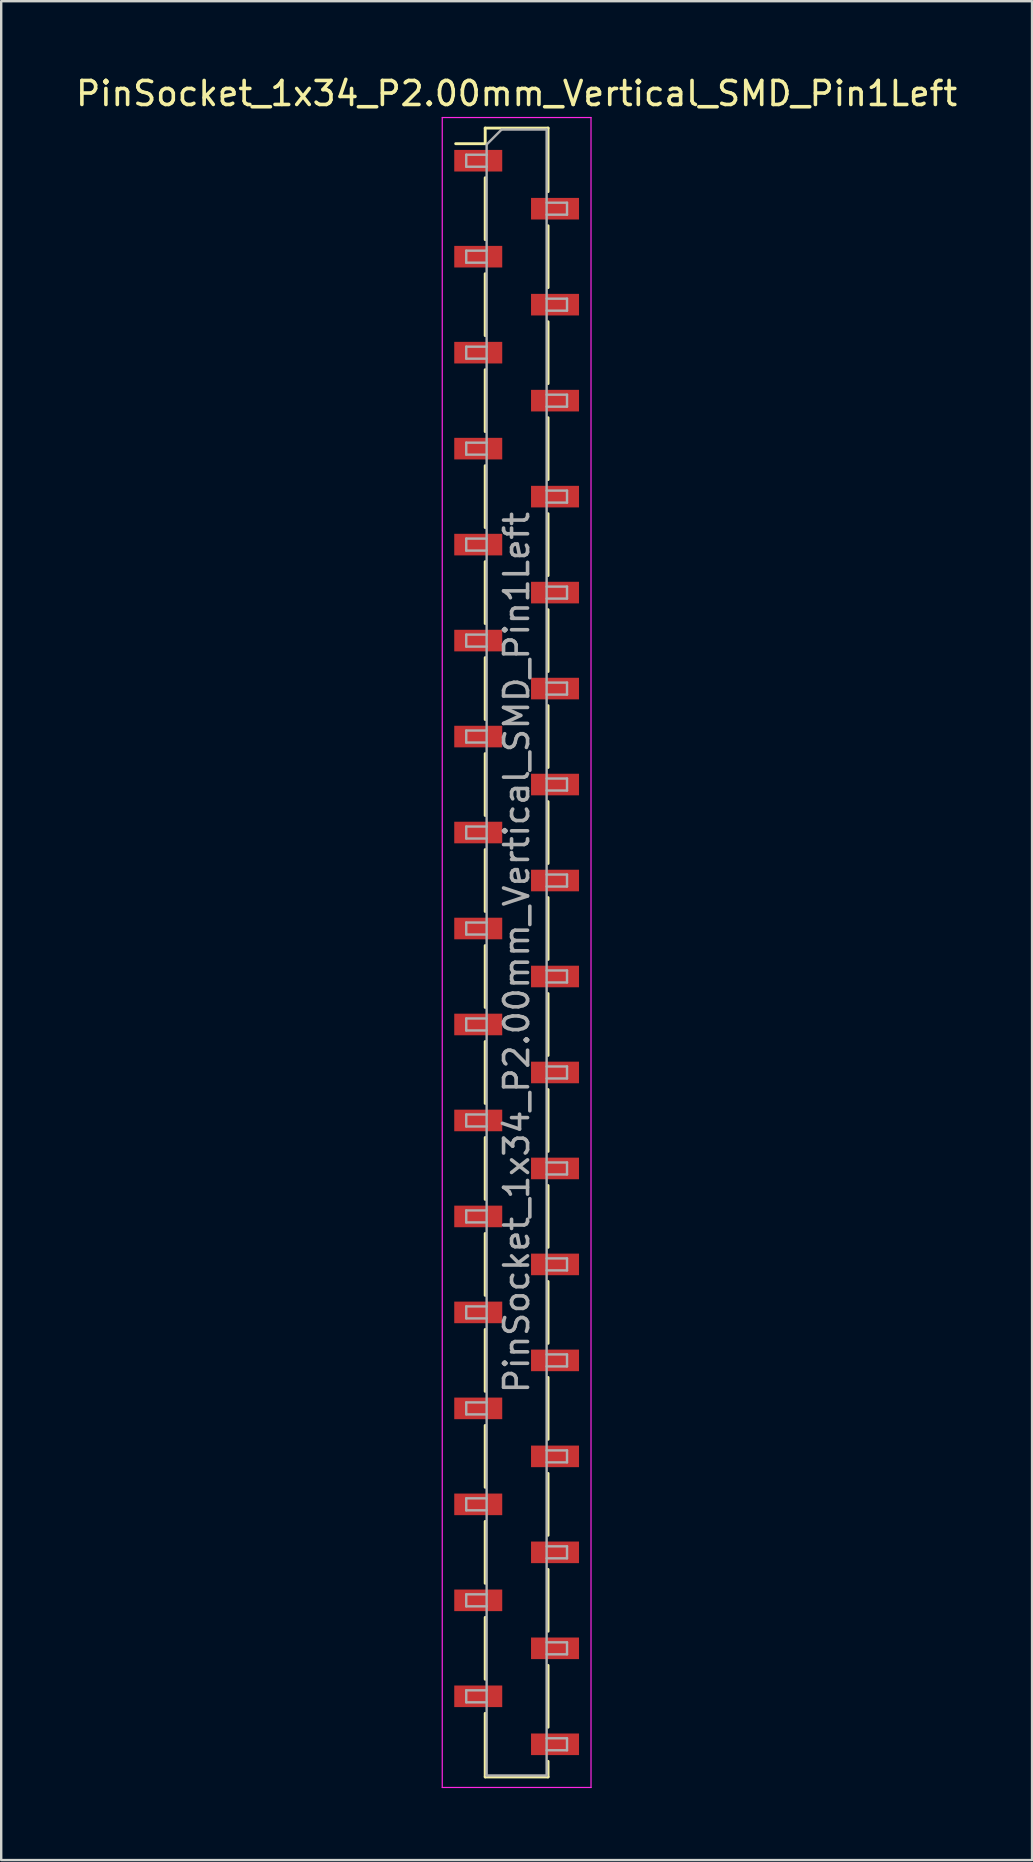
<source format=kicad_pcb>
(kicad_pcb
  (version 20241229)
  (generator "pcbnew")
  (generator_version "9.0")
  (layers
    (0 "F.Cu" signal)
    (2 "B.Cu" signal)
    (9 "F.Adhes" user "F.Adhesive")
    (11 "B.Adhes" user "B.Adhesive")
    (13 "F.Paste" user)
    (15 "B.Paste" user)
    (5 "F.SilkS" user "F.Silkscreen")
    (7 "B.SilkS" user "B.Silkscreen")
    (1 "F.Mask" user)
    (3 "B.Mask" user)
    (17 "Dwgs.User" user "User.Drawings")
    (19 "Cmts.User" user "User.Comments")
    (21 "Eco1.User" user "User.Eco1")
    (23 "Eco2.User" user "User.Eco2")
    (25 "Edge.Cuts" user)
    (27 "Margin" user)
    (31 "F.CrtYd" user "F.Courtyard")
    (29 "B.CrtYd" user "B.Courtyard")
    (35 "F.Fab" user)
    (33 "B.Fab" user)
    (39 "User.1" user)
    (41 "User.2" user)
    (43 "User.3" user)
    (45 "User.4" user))
  (footprint "PinSocket_1x34_P2.00mm_Vertical_SMD_Pin1Left"
    (layer "F.Cu")
    (at 18.482 36.648)
    (property "Reference" "PinSocket_1x34_P2.00mm_Vertical_SMD_Pin1Left" (at 0 -35.8 0) (layer "F.SilkS") (effects (font (size 1 1) (thickness 0.15))))
    (attr smd)
    (fp_line (start -2.54 -33.71) (end -1.31 -33.71) (stroke (width 0.12) (type solid)) (layer "F.SilkS"))
    (fp_line (start -1.31 -34.36) (end -1.31 -33.71) (stroke (width 0.12) (type solid)) (layer "F.SilkS"))
    (fp_line (start -1.31 -34.36) (end 1.31 -34.36) (stroke (width 0.12) (type solid)) (layer "F.SilkS"))
    (fp_line (start -1.31 -32.29) (end -1.31 -29.71) (stroke (width 0.12) (type solid)) (layer "F.SilkS"))
    (fp_line (start -1.31 -28.29) (end -1.31 -25.71) (stroke (width 0.12) (type solid)) (layer "F.SilkS"))
    (fp_line (start -1.31 -24.29) (end -1.31 -21.71) (stroke (width 0.12) (type solid)) (layer "F.SilkS"))
    (fp_line (start -1.31 -20.29) (end -1.31 -17.71) (stroke (width 0.12) (type solid)) (layer "F.SilkS"))
    (fp_line (start -1.31 -16.29) (end -1.31 -13.71) (stroke (width 0.12) (type solid)) (layer "F.SilkS"))
    (fp_line (start -1.31 -12.29) (end -1.31 -9.71) (stroke (width 0.12) (type solid)) (layer "F.SilkS"))
    (fp_line (start -1.31 -8.29) (end -1.31 -5.71) (stroke (width 0.12) (type solid)) (layer "F.SilkS"))
    (fp_line (start -1.31 -4.29) (end -1.31 -1.71) (stroke (width 0.12) (type solid)) (layer "F.SilkS"))
    (fp_line (start -1.31 -0.29) (end -1.31 2.29) (stroke (width 0.12) (type solid)) (layer "F.SilkS"))
    (fp_line (start -1.31 3.71) (end -1.31 6.29) (stroke (width 0.12) (type solid)) (layer "F.SilkS"))
    (fp_line (start -1.31 7.71) (end -1.31 10.29) (stroke (width 0.12) (type solid)) (layer "F.SilkS"))
    (fp_line (start -1.31 11.71) (end -1.31 14.29) (stroke (width 0.12) (type solid)) (layer "F.SilkS"))
    (fp_line (start -1.31 15.71) (end -1.31 18.29) (stroke (width 0.12) (type solid)) (layer "F.SilkS"))
    (fp_line (start -1.31 19.71) (end -1.31 22.29) (stroke (width 0.12) (type solid)) (layer "F.SilkS"))
    (fp_line (start -1.31 23.71) (end -1.31 26.29) (stroke (width 0.12) (type solid)) (layer "F.SilkS"))
    (fp_line (start -1.31 27.71) (end -1.31 30.29) (stroke (width 0.12) (type solid)) (layer "F.SilkS"))
    (fp_line (start -1.31 31.71) (end -1.31 34.36) (stroke (width 0.12) (type solid)) (layer "F.SilkS"))
    (fp_line (start -1.31 34.36) (end 1.31 34.36) (stroke (width 0.12) (type solid)) (layer "F.SilkS"))
    (fp_line (start 1.31 -34.36) (end 1.31 -31.71) (stroke (width 0.12) (type solid)) (layer "F.SilkS"))
    (fp_line (start 1.31 -30.29) (end 1.31 -27.71) (stroke (width 0.12) (type solid)) (layer "F.SilkS"))
    (fp_line (start 1.31 -26.29) (end 1.31 -23.71) (stroke (width 0.12) (type solid)) (layer "F.SilkS"))
    (fp_line (start 1.31 -22.29) (end 1.31 -19.71) (stroke (width 0.12) (type solid)) (layer "F.SilkS"))
    (fp_line (start 1.31 -18.29) (end 1.31 -15.71) (stroke (width 0.12) (type solid)) (layer "F.SilkS"))
    (fp_line (start 1.31 -14.29) (end 1.31 -11.71) (stroke (width 0.12) (type solid)) (layer "F.SilkS"))
    (fp_line (start 1.31 -10.29) (end 1.31 -7.71) (stroke (width 0.12) (type solid)) (layer "F.SilkS"))
    (fp_line (start 1.31 -6.29) (end 1.31 -3.71) (stroke (width 0.12) (type solid)) (layer "F.SilkS"))
    (fp_line (start 1.31 -2.29) (end 1.31 0.29) (stroke (width 0.12) (type solid)) (layer "F.SilkS"))
    (fp_line (start 1.31 1.71) (end 1.31 4.29) (stroke (width 0.12) (type solid)) (layer "F.SilkS"))
    (fp_line (start 1.31 5.71) (end 1.31 8.29) (stroke (width 0.12) (type solid)) (layer "F.SilkS"))
    (fp_line (start 1.31 9.71) (end 1.31 12.29) (stroke (width 0.12) (type solid)) (layer "F.SilkS"))
    (fp_line (start 1.31 13.71) (end 1.31 16.29) (stroke (width 0.12) (type solid)) (layer "F.SilkS"))
    (fp_line (start 1.31 17.71) (end 1.31 20.29) (stroke (width 0.12) (type solid)) (layer "F.SilkS"))
    (fp_line (start 1.31 21.71) (end 1.31 24.29) (stroke (width 0.12) (type solid)) (layer "F.SilkS"))
    (fp_line (start 1.31 25.71) (end 1.31 28.29) (stroke (width 0.12) (type solid)) (layer "F.SilkS"))
    (fp_line (start 1.31 29.71) (end 1.31 32.29) (stroke (width 0.12) (type solid)) (layer "F.SilkS"))
    (fp_line (start 1.31 33.71) (end 1.31 34.36) (stroke (width 0.12) (type solid)) (layer "F.SilkS"))
    (fp_line (start -3.1 -34.8) (end 3.1 -34.8) (stroke (width 0.05) (type solid)) (layer "F.CrtYd"))
    (fp_line (start -3.1 34.8) (end -3.1 -34.8) (stroke (width 0.05) (type solid)) (layer "F.CrtYd"))
    (fp_line (start 3.1 -34.8) (end 3.1 34.8) (stroke (width 0.05) (type solid)) (layer "F.CrtYd"))
    (fp_line (start 3.1 34.8) (end -3.1 34.8) (stroke (width 0.05) (type solid)) (layer "F.CrtYd"))
    (fp_line (start -2.1 -33.25) (end -1.25 -33.25) (stroke (width 0.1) (type solid)) (layer "F.Fab"))
    (fp_line (start -2.1 -32.75) (end -2.1 -33.25) (stroke (width 0.1) (type solid)) (layer "F.Fab"))
    (fp_line (start -2.1 -29.25) (end -1.25 -29.25) (stroke (width 0.1) (type solid)) (layer "F.Fab"))
    (fp_line (start -2.1 -28.75) (end -2.1 -29.25) (stroke (width 0.1) (type solid)) (layer "F.Fab"))
    (fp_line (start -2.1 -25.25) (end -1.25 -25.25) (stroke (width 0.1) (type solid)) (layer "F.Fab"))
    (fp_line (start -2.1 -24.75) (end -2.1 -25.25) (stroke (width 0.1) (type solid)) (layer "F.Fab"))
    (fp_line (start -2.1 -21.25) (end -1.25 -21.25) (stroke (width 0.1) (type solid)) (layer "F.Fab"))
    (fp_line (start -2.1 -20.75) (end -2.1 -21.25) (stroke (width 0.1) (type solid)) (layer "F.Fab"))
    (fp_line (start -2.1 -17.25) (end -1.25 -17.25) (stroke (width 0.1) (type solid)) (layer "F.Fab"))
    (fp_line (start -2.1 -16.75) (end -2.1 -17.25) (stroke (width 0.1) (type solid)) (layer "F.Fab"))
    (fp_line (start -2.1 -13.25) (end -1.25 -13.25) (stroke (width 0.1) (type solid)) (layer "F.Fab"))
    (fp_line (start -2.1 -12.75) (end -2.1 -13.25) (stroke (width 0.1) (type solid)) (layer "F.Fab"))
    (fp_line (start -2.1 -9.25) (end -1.25 -9.25) (stroke (width 0.1) (type solid)) (layer "F.Fab"))
    (fp_line (start -2.1 -8.75) (end -2.1 -9.25) (stroke (width 0.1) (type solid)) (layer "F.Fab"))
    (fp_line (start -2.1 -5.25) (end -1.25 -5.25) (stroke (width 0.1) (type solid)) (layer "F.Fab"))
    (fp_line (start -2.1 -4.75) (end -2.1 -5.25) (stroke (width 0.1) (type solid)) (layer "F.Fab"))
    (fp_line (start -2.1 -1.25) (end -1.25 -1.25) (stroke (width 0.1) (type solid)) (layer "F.Fab"))
    (fp_line (start -2.1 -0.75) (end -2.1 -1.25) (stroke (width 0.1) (type solid)) (layer "F.Fab"))
    (fp_line (start -2.1 2.75) (end -1.25 2.75) (stroke (width 0.1) (type solid)) (layer "F.Fab"))
    (fp_line (start -2.1 3.25) (end -2.1 2.75) (stroke (width 0.1) (type solid)) (layer "F.Fab"))
    (fp_line (start -2.1 6.75) (end -1.25 6.75) (stroke (width 0.1) (type solid)) (layer "F.Fab"))
    (fp_line (start -2.1 7.25) (end -2.1 6.75) (stroke (width 0.1) (type solid)) (layer "F.Fab"))
    (fp_line (start -2.1 10.75) (end -1.25 10.75) (stroke (width 0.1) (type solid)) (layer "F.Fab"))
    (fp_line (start -2.1 11.25) (end -2.1 10.75) (stroke (width 0.1) (type solid)) (layer "F.Fab"))
    (fp_line (start -2.1 14.75) (end -1.25 14.75) (stroke (width 0.1) (type solid)) (layer "F.Fab"))
    (fp_line (start -2.1 15.25) (end -2.1 14.75) (stroke (width 0.1) (type solid)) (layer "F.Fab"))
    (fp_line (start -2.1 18.75) (end -1.25 18.75) (stroke (width 0.1) (type solid)) (layer "F.Fab"))
    (fp_line (start -2.1 19.25) (end -2.1 18.75) (stroke (width 0.1) (type solid)) (layer "F.Fab"))
    (fp_line (start -2.1 22.75) (end -1.25 22.75) (stroke (width 0.1) (type solid)) (layer "F.Fab"))
    (fp_line (start -2.1 23.25) (end -2.1 22.75) (stroke (width 0.1) (type solid)) (layer "F.Fab"))
    (fp_line (start -2.1 26.75) (end -1.25 26.75) (stroke (width 0.1) (type solid)) (layer "F.Fab"))
    (fp_line (start -2.1 27.25) (end -2.1 26.75) (stroke (width 0.1) (type solid)) (layer "F.Fab"))
    (fp_line (start -2.1 30.75) (end -1.25 30.75) (stroke (width 0.1) (type solid)) (layer "F.Fab"))
    (fp_line (start -2.1 31.25) (end -2.1 30.75) (stroke (width 0.1) (type solid)) (layer "F.Fab"))
    (fp_line (start -1.25 -33.675) (end -0.625 -34.3) (stroke (width 0.1) (type solid)) (layer "F.Fab"))
    (fp_line (start -1.25 -32.75) (end -2.1 -32.75) (stroke (width 0.1) (type solid)) (layer "F.Fab"))
    (fp_line (start -1.25 -28.75) (end -2.1 -28.75) (stroke (width 0.1) (type solid)) (layer "F.Fab"))
    (fp_line (start -1.25 -24.75) (end -2.1 -24.75) (stroke (width 0.1) (type solid)) (layer "F.Fab"))
    (fp_line (start -1.25 -20.75) (end -2.1 -20.75) (stroke (width 0.1) (type solid)) (layer "F.Fab"))
    (fp_line (start -1.25 -16.75) (end -2.1 -16.75) (stroke (width 0.1) (type solid)) (layer "F.Fab"))
    (fp_line (start -1.25 -12.75) (end -2.1 -12.75) (stroke (width 0.1) (type solid)) (layer "F.Fab"))
    (fp_line (start -1.25 -8.75) (end -2.1 -8.75) (stroke (width 0.1) (type solid)) (layer "F.Fab"))
    (fp_line (start -1.25 -4.75) (end -2.1 -4.75) (stroke (width 0.1) (type solid)) (layer "F.Fab"))
    (fp_line (start -1.25 -0.75) (end -2.1 -0.75) (stroke (width 0.1) (type solid)) (layer "F.Fab"))
    (fp_line (start -1.25 3.25) (end -2.1 3.25) (stroke (width 0.1) (type solid)) (layer "F.Fab"))
    (fp_line (start -1.25 7.25) (end -2.1 7.25) (stroke (width 0.1) (type solid)) (layer "F.Fab"))
    (fp_line (start -1.25 11.25) (end -2.1 11.25) (stroke (width 0.1) (type solid)) (layer "F.Fab"))
    (fp_line (start -1.25 15.25) (end -2.1 15.25) (stroke (width 0.1) (type solid)) (layer "F.Fab"))
    (fp_line (start -1.25 19.25) (end -2.1 19.25) (stroke (width 0.1) (type solid)) (layer "F.Fab"))
    (fp_line (start -1.25 23.25) (end -2.1 23.25) (stroke (width 0.1) (type solid)) (layer "F.Fab"))
    (fp_line (start -1.25 27.25) (end -2.1 27.25) (stroke (width 0.1) (type solid)) (layer "F.Fab"))
    (fp_line (start -1.25 31.25) (end -2.1 31.25) (stroke (width 0.1) (type solid)) (layer "F.Fab"))
    (fp_line (start -1.25 34.3) (end -1.25 -33.675) (stroke (width 0.1) (type solid)) (layer "F.Fab"))
    (fp_line (start -0.625 -34.3) (end 1.25 -34.3) (stroke (width 0.1) (type solid)) (layer "F.Fab"))
    (fp_line (start 1.25 -34.3) (end 1.25 34.3) (stroke (width 0.1) (type solid)) (layer "F.Fab"))
    (fp_line (start 1.25 -31.25) (end 2.1 -31.25) (stroke (width 0.1) (type solid)) (layer "F.Fab"))
    (fp_line (start 1.25 -27.25) (end 2.1 -27.25) (stroke (width 0.1) (type solid)) (layer "F.Fab"))
    (fp_line (start 1.25 -23.25) (end 2.1 -23.25) (stroke (width 0.1) (type solid)) (layer "F.Fab"))
    (fp_line (start 1.25 -19.25) (end 2.1 -19.25) (stroke (width 0.1) (type solid)) (layer "F.Fab"))
    (fp_line (start 1.25 -15.25) (end 2.1 -15.25) (stroke (width 0.1) (type solid)) (layer "F.Fab"))
    (fp_line (start 1.25 -11.25) (end 2.1 -11.25) (stroke (width 0.1) (type solid)) (layer "F.Fab"))
    (fp_line (start 1.25 -7.25) (end 2.1 -7.25) (stroke (width 0.1) (type solid)) (layer "F.Fab"))
    (fp_line (start 1.25 -3.25) (end 2.1 -3.25) (stroke (width 0.1) (type solid)) (layer "F.Fab"))
    (fp_line (start 1.25 0.75) (end 2.1 0.75) (stroke (width 0.1) (type solid)) (layer "F.Fab"))
    (fp_line (start 1.25 4.75) (end 2.1 4.75) (stroke (width 0.1) (type solid)) (layer "F.Fab"))
    (fp_line (start 1.25 8.75) (end 2.1 8.75) (stroke (width 0.1) (type solid)) (layer "F.Fab"))
    (fp_line (start 1.25 12.75) (end 2.1 12.75) (stroke (width 0.1) (type solid)) (layer "F.Fab"))
    (fp_line (start 1.25 16.75) (end 2.1 16.75) (stroke (width 0.1) (type solid)) (layer "F.Fab"))
    (fp_line (start 1.25 20.75) (end 2.1 20.75) (stroke (width 0.1) (type solid)) (layer "F.Fab"))
    (fp_line (start 1.25 24.75) (end 2.1 24.75) (stroke (width 0.1) (type solid)) (layer "F.Fab"))
    (fp_line (start 1.25 28.75) (end 2.1 28.75) (stroke (width 0.1) (type solid)) (layer "F.Fab"))
    (fp_line (start 1.25 32.75) (end 2.1 32.75) (stroke (width 0.1) (type solid)) (layer "F.Fab"))
    (fp_line (start 1.25 34.3) (end -1.25 34.3) (stroke (width 0.1) (type solid)) (layer "F.Fab"))
    (fp_line (start 2.1 -31.25) (end 2.1 -30.75) (stroke (width 0.1) (type solid)) (layer "F.Fab"))
    (fp_line (start 2.1 -30.75) (end 1.25 -30.75) (stroke (width 0.1) (type solid)) (layer "F.Fab"))
    (fp_line (start 2.1 -27.25) (end 2.1 -26.75) (stroke (width 0.1) (type solid)) (layer "F.Fab"))
    (fp_line (start 2.1 -26.75) (end 1.25 -26.75) (stroke (width 0.1) (type solid)) (layer "F.Fab"))
    (fp_line (start 2.1 -23.25) (end 2.1 -22.75) (stroke (width 0.1) (type solid)) (layer "F.Fab"))
    (fp_line (start 2.1 -22.75) (end 1.25 -22.75) (stroke (width 0.1) (type solid)) (layer "F.Fab"))
    (fp_line (start 2.1 -19.25) (end 2.1 -18.75) (stroke (width 0.1) (type solid)) (layer "F.Fab"))
    (fp_line (start 2.1 -18.75) (end 1.25 -18.75) (stroke (width 0.1) (type solid)) (layer "F.Fab"))
    (fp_line (start 2.1 -15.25) (end 2.1 -14.75) (stroke (width 0.1) (type solid)) (layer "F.Fab"))
    (fp_line (start 2.1 -14.75) (end 1.25 -14.75) (stroke (width 0.1) (type solid)) (layer "F.Fab"))
    (fp_line (start 2.1 -11.25) (end 2.1 -10.75) (stroke (width 0.1) (type solid)) (layer "F.Fab"))
    (fp_line (start 2.1 -10.75) (end 1.25 -10.75) (stroke (width 0.1) (type solid)) (layer "F.Fab"))
    (fp_line (start 2.1 -7.25) (end 2.1 -6.75) (stroke (width 0.1) (type solid)) (layer "F.Fab"))
    (fp_line (start 2.1 -6.75) (end 1.25 -6.75) (stroke (width 0.1) (type solid)) (layer "F.Fab"))
    (fp_line (start 2.1 -3.25) (end 2.1 -2.75) (stroke (width 0.1) (type solid)) (layer "F.Fab"))
    (fp_line (start 2.1 -2.75) (end 1.25 -2.75) (stroke (width 0.1) (type solid)) (layer "F.Fab"))
    (fp_line (start 2.1 0.75) (end 2.1 1.25) (stroke (width 0.1) (type solid)) (layer "F.Fab"))
    (fp_line (start 2.1 1.25) (end 1.25 1.25) (stroke (width 0.1) (type solid)) (layer "F.Fab"))
    (fp_line (start 2.1 4.75) (end 2.1 5.25) (stroke (width 0.1) (type solid)) (layer "F.Fab"))
    (fp_line (start 2.1 5.25) (end 1.25 5.25) (stroke (width 0.1) (type solid)) (layer "F.Fab"))
    (fp_line (start 2.1 8.75) (end 2.1 9.25) (stroke (width 0.1) (type solid)) (layer "F.Fab"))
    (fp_line (start 2.1 9.25) (end 1.25 9.25) (stroke (width 0.1) (type solid)) (layer "F.Fab"))
    (fp_line (start 2.1 12.75) (end 2.1 13.25) (stroke (width 0.1) (type solid)) (layer "F.Fab"))
    (fp_line (start 2.1 13.25) (end 1.25 13.25) (stroke (width 0.1) (type solid)) (layer "F.Fab"))
    (fp_line (start 2.1 16.75) (end 2.1 17.25) (stroke (width 0.1) (type solid)) (layer "F.Fab"))
    (fp_line (start 2.1 17.25) (end 1.25 17.25) (stroke (width 0.1) (type solid)) (layer "F.Fab"))
    (fp_line (start 2.1 20.75) (end 2.1 21.25) (stroke (width 0.1) (type solid)) (layer "F.Fab"))
    (fp_line (start 2.1 21.25) (end 1.25 21.25) (stroke (width 0.1) (type solid)) (layer "F.Fab"))
    (fp_line (start 2.1 24.75) (end 2.1 25.25) (stroke (width 0.1) (type solid)) (layer "F.Fab"))
    (fp_line (start 2.1 25.25) (end 1.25 25.25) (stroke (width 0.1) (type solid)) (layer "F.Fab"))
    (fp_line (start 2.1 28.75) (end 2.1 29.25) (stroke (width 0.1) (type solid)) (layer "F.Fab"))
    (fp_line (start 2.1 29.25) (end 1.25 29.25) (stroke (width 0.1) (type solid)) (layer "F.Fab"))
    (fp_line (start 2.1 32.75) (end 2.1 33.25) (stroke (width 0.1) (type solid)) (layer "F.Fab"))
    (fp_line (start 2.1 33.25) (end 1.25 33.25) (stroke (width 0.1) (type solid)) (layer "F.Fab"))
    (fp_text user "${REFERENCE}" (at 0 0 90) (layer "F.Fab") (effects (font (size 1 1) (thickness 0.15))))
    (pad "1" smd rect (at -1.6 -33) (size 2 0.9) (layers "F.Cu" "F.Mask" "F.Paste"))
    (pad "2" smd rect (at 1.6 -31) (size 2 0.9) (layers "F.Cu" "F.Mask" "F.Paste"))
    (pad "3" smd rect (at -1.6 -29) (size 2 0.9) (layers "F.Cu" "F.Mask" "F.Paste"))
    (pad "4" smd rect (at 1.6 -27) (size 2 0.9) (layers "F.Cu" "F.Mask" "F.Paste"))
    (pad "5" smd rect (at -1.6 -25) (size 2 0.9) (layers "F.Cu" "F.Mask" "F.Paste"))
    (pad "6" smd rect (at 1.6 -23) (size 2 0.9) (layers "F.Cu" "F.Mask" "F.Paste"))
    (pad "7" smd rect (at -1.6 -21) (size 2 0.9) (layers "F.Cu" "F.Mask" "F.Paste"))
    (pad "8" smd rect (at 1.6 -19) (size 2 0.9) (layers "F.Cu" "F.Mask" "F.Paste"))
    (pad "9" smd rect (at -1.6 -17) (size 2 0.9) (layers "F.Cu" "F.Mask" "F.Paste"))
    (pad "10" smd rect (at 1.6 -15) (size 2 0.9) (layers "F.Cu" "F.Mask" "F.Paste"))
    (pad "11" smd rect (at -1.6 -13) (size 2 0.9) (layers "F.Cu" "F.Mask" "F.Paste"))
    (pad "12" smd rect (at 1.6 -11) (size 2 0.9) (layers "F.Cu" "F.Mask" "F.Paste"))
    (pad "13" smd rect (at -1.6 -9) (size 2 0.9) (layers "F.Cu" "F.Mask" "F.Paste"))
    (pad "14" smd rect (at 1.6 -7) (size 2 0.9) (layers "F.Cu" "F.Mask" "F.Paste"))
    (pad "15" smd rect (at -1.6 -5) (size 2 0.9) (layers "F.Cu" "F.Mask" "F.Paste"))
    (pad "16" smd rect (at 1.6 -3) (size 2 0.9) (layers "F.Cu" "F.Mask" "F.Paste"))
    (pad "17" smd rect (at -1.6 -1) (size 2 0.9) (layers "F.Cu" "F.Mask" "F.Paste"))
    (pad "18" smd rect (at 1.6 1) (size 2 0.9) (layers "F.Cu" "F.Mask" "F.Paste"))
    (pad "19" smd rect (at -1.6 3) (size 2 0.9) (layers "F.Cu" "F.Mask" "F.Paste"))
    (pad "20" smd rect (at 1.6 5) (size 2 0.9) (layers "F.Cu" "F.Mask" "F.Paste"))
    (pad "21" smd rect (at -1.6 7) (size 2 0.9) (layers "F.Cu" "F.Mask" "F.Paste"))
    (pad "22" smd rect (at 1.6 9) (size 2 0.9) (layers "F.Cu" "F.Mask" "F.Paste"))
    (pad "23" smd rect (at -1.6 11) (size 2 0.9) (layers "F.Cu" "F.Mask" "F.Paste"))
    (pad "24" smd rect (at 1.6 13) (size 2 0.9) (layers "F.Cu" "F.Mask" "F.Paste"))
    (pad "25" smd rect (at -1.6 15) (size 2 0.9) (layers "F.Cu" "F.Mask" "F.Paste"))
    (pad "26" smd rect (at 1.6 17) (size 2 0.9) (layers "F.Cu" "F.Mask" "F.Paste"))
    (pad "27" smd rect (at -1.6 19) (size 2 0.9) (layers "F.Cu" "F.Mask" "F.Paste"))
    (pad "28" smd rect (at 1.6 21) (size 2 0.9) (layers "F.Cu" "F.Mask" "F.Paste"))
    (pad "29" smd rect (at -1.6 23) (size 2 0.9) (layers "F.Cu" "F.Mask" "F.Paste"))
    (pad "30" smd rect (at 1.6 25) (size 2 0.9) (layers "F.Cu" "F.Mask" "F.Paste"))
    (pad "31" smd rect (at -1.6 27) (size 2 0.9) (layers "F.Cu" "F.Mask" "F.Paste"))
    (pad "32" smd rect (at 1.6 29) (size 2 0.9) (layers "F.Cu" "F.Mask" "F.Paste"))
    (pad "33" smd rect (at -1.6 31) (size 2 0.9) (layers "F.Cu" "F.Mask" "F.Paste"))
    (pad "34" smd rect (at 1.6 33) (size 2 0.9) (layers "F.Cu" "F.Mask" "F.Paste")))
  (gr_rect
    (start -3 -3)
    (end 39.964 74.473)
    (stroke (width 0.1) (type default))
    (fill no)
    (layer "Edge.Cuts")))
</source>
